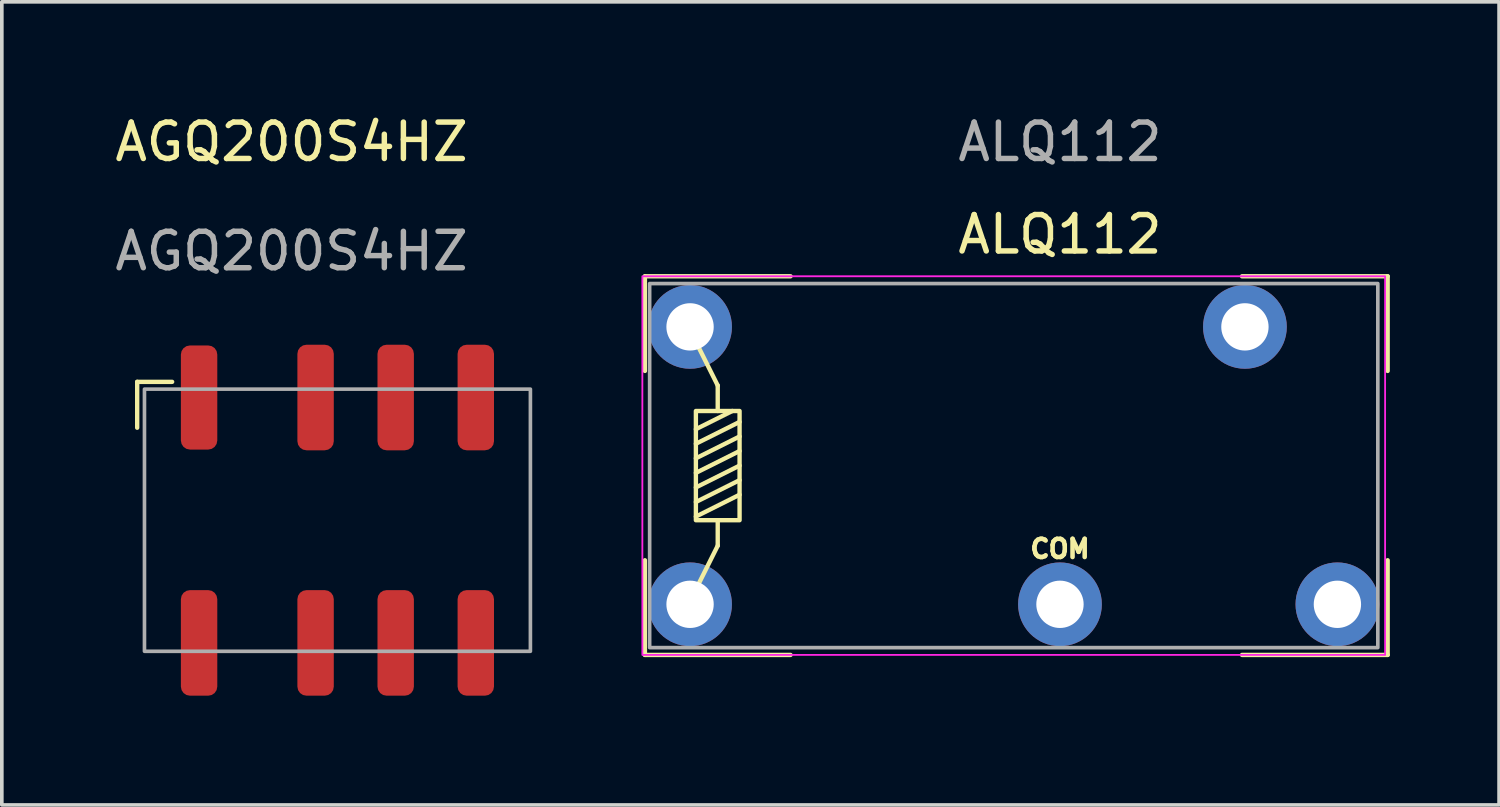
<source format=kicad_pcb>
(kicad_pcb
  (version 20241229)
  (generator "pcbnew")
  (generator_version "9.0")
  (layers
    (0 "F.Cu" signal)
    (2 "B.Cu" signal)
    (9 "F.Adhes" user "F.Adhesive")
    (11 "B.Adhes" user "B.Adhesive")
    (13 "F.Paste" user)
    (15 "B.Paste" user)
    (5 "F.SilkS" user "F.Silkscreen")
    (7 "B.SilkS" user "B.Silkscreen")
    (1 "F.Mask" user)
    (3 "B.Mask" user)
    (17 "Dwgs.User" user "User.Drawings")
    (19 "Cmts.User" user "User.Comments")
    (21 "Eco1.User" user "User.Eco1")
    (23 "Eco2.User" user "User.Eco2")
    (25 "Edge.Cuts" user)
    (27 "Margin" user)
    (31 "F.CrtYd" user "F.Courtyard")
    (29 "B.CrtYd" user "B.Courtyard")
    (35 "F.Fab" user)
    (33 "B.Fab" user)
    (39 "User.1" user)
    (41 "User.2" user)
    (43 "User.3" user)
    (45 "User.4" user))
  (footprint "ALQ112"
    (layer "F.Cu")
    (at 26.063 9.738)
    (property "Reference" "ALQ112" (at 0 -6.35 0) (unlocked yes) (layer "F.SilkS") (effects (font (size 1 1) (thickness 0.15))))
    (attr through_hole)
    (fp_line (start -11.4 -5.2) (end -11.4 -2.6) (stroke (width 0.12) (type solid)) (layer "F.SilkS"))
    (fp_line (start -11.4 -5.2) (end -7.4 -5.2) (stroke (width 0.12) (type solid)) (layer "F.SilkS"))
    (fp_line (start -11.4 5.2) (end -11.4 2.6) (stroke (width 0.12) (type solid)) (layer "F.SilkS"))
    (fp_line (start -11.4 5.2) (end -7.4 5.2) (stroke (width 0.12) (type solid)) (layer "F.SilkS"))
    (fp_line (start -10 -1) (end -9 -1.5) (stroke (width 0.12) (type solid)) (layer "F.SilkS"))
    (fp_line (start -10 -0.6) (end -8.8 -1.2) (stroke (width 0.12) (type solid)) (layer "F.SilkS"))
    (fp_line (start -10 -0.2) (end -8.8 -0.8) (stroke (width 0.12) (type solid)) (layer "F.SilkS"))
    (fp_line (start -10 0.2) (end -8.8 -0.4) (stroke (width 0.12) (type solid)) (layer "F.SilkS"))
    (fp_line (start -10 0.6) (end -8.8 0) (stroke (width 0.12) (type solid)) (layer "F.SilkS"))
    (fp_line (start -10 1) (end -8.8 0.4) (stroke (width 0.12) (type solid)) (layer "F.SilkS"))
    (fp_line (start -10 1.4) (end -8.8 0.8) (stroke (width 0.12) (type solid)) (layer "F.SilkS"))
    (fp_line (start -9.4 -2.2) (end -10.2 -3.8) (stroke (width 0.12) (type solid)) (layer "F.SilkS"))
    (fp_line (start -9.4 -1.5) (end -9.4 -2.2) (stroke (width 0.12) (type solid)) (layer "F.SilkS"))
    (fp_line (start -9.4 1.5) (end -9.4 2.2) (stroke (width 0.12) (type solid)) (layer "F.SilkS"))
    (fp_line (start -9.4 2.2) (end -10.2 3.8) (stroke (width 0.12) (type solid)) (layer "F.SilkS"))
    (fp_line (start 9 -5.2) (end 5 -5.2) (stroke (width 0.12) (type solid)) (layer "F.SilkS"))
    (fp_line (start 9 -5.2) (end 9 -2.6) (stroke (width 0.12) (type solid)) (layer "F.SilkS"))
    (fp_line (start 9 5.2) (end 5 5.2) (stroke (width 0.12) (type solid)) (layer "F.SilkS"))
    (fp_line (start 9 5.2) (end 9 2.6) (stroke (width 0.12) (type solid)) (layer "F.SilkS"))
    (fp_rect (start -10 -1.5) (end -8.8 1.5) (stroke (width 0.12) (type solid)) (fill no) (layer "F.SilkS"))
    (fp_rect (start -11.47 -5.2) (end 8.93 5.2) (stroke (width 0.05) (type solid)) (fill no) (layer "F.CrtYd"))
    (fp_rect (start -11.27 -5) (end 8.73 5) (stroke (width 0.1) (type solid)) (fill no) (layer "F.Fab"))
    (fp_text user "COM" (at 0 2.286 0) (unlocked yes) (layer "F.SilkS") (effects (font (size 0.5 0.5) (thickness 0.125))))
    (fp_text user "${REFERENCE}" (at 0 -8.89 0) (unlocked yes) (layer "F.Fab") (effects (font (size 1 1) (thickness 0.15))))
    (pad "1" thru_hole circle (at -10.16 3.81) (size 2.3 2.3) (drill 1.3) (layers "*.Cu" "*.Mask"))
    (pad "2" thru_hole circle (at 0 3.81) (size 2.3 2.3) (drill 1.3) (layers "*.Cu" "*.Mask"))
    (pad "3" thru_hole circle (at 7.62 3.81) (size 2.3 2.3) (drill 1.3) (layers "*.Cu" "*.Mask"))
    (pad "4" thru_hole circle (at 5.08 -3.81) (size 2.3 2.3) (drill 1.3) (layers "*.Cu" "*.Mask"))
    (pad "5" thru_hole circle (at -10.16 -3.81) (size 2.3 2.3) (drill 1.3) (layers "*.Cu" "*.Mask")))
  (footprint "AGQ200S4HZ"
    (layer "F.Cu")
    (at 2.418 11.238)
    (property "Reference" "AGQ200S4HZ" (at 2.54 -10.39 0) (unlocked yes) (layer "F.SilkS") (effects (font (size 1 1) (thickness 0.15))))
    (attr smd)
    (fp_line (start -1.7 -3.8) (end -0.74 -3.8) (stroke (width 0.12) (type solid)) (layer "F.SilkS"))
    (fp_line (start -1.7 -2.54) (end -1.7 -3.8) (stroke (width 0.12) (type solid)) (layer "F.SilkS"))
    (fp_rect (start -1.5 -3.6) (end 9.1 3.6) (stroke (width 0.1) (type solid)) (fill no) (layer "F.Fab"))
    (fp_text user "${REFERENCE}" (at 2.54 -7.39 0) (unlocked yes) (layer "F.Fab") (effects (font (size 1 1) (thickness 0.15))))
    (pad "C+" smd roundrect (at 0 -3.37 180) (size 1 2.86) (layers "F.Cu" "F.Mask" "F.Paste") (roundrect_rratio 0.25))
    (pad "C-" smd roundrect (at 0 3.37 180) (size 1 2.9) (layers "F.Cu" "F.Mask" "F.Paste") (roundrect_rratio 0.25))
    (pad "COM1" smd roundrect (at 5.4 3.37 180) (size 1 2.9) (layers "F.Cu" "F.Mask" "F.Paste") (roundrect_rratio 0.25))
    (pad "COM2" smd roundrect (at 5.4 -3.37 180) (size 1 2.9) (layers "F.Cu" "F.Mask" "F.Paste") (roundrect_rratio 0.25))
    (pad "NC1" smd roundrect (at 3.2 3.37 180) (size 1 2.9) (layers "F.Cu" "F.Mask" "F.Paste") (roundrect_rratio 0.25))
    (pad "NC2" smd roundrect (at 3.2 -3.37 180) (size 1 2.9) (layers "F.Cu" "F.Mask" "F.Paste") (roundrect_rratio 0.25))
    (pad "NO1" smd roundrect (at 7.6 3.37 180) (size 1 2.9) (layers "F.Cu" "F.Mask" "F.Paste") (roundrect_rratio 0.25))
    (pad "NO2" smd roundrect (at 7.6 -3.37 180) (size 1 2.9) (layers "F.Cu" "F.Mask" "F.Paste") (roundrect_rratio 0.25)))
  (gr_rect
    (start -3 -3)
    (end 38.123 19.058)
    (stroke (width 0.1) (type default))
    (fill no)
    (layer "Edge.Cuts")))
</source>
